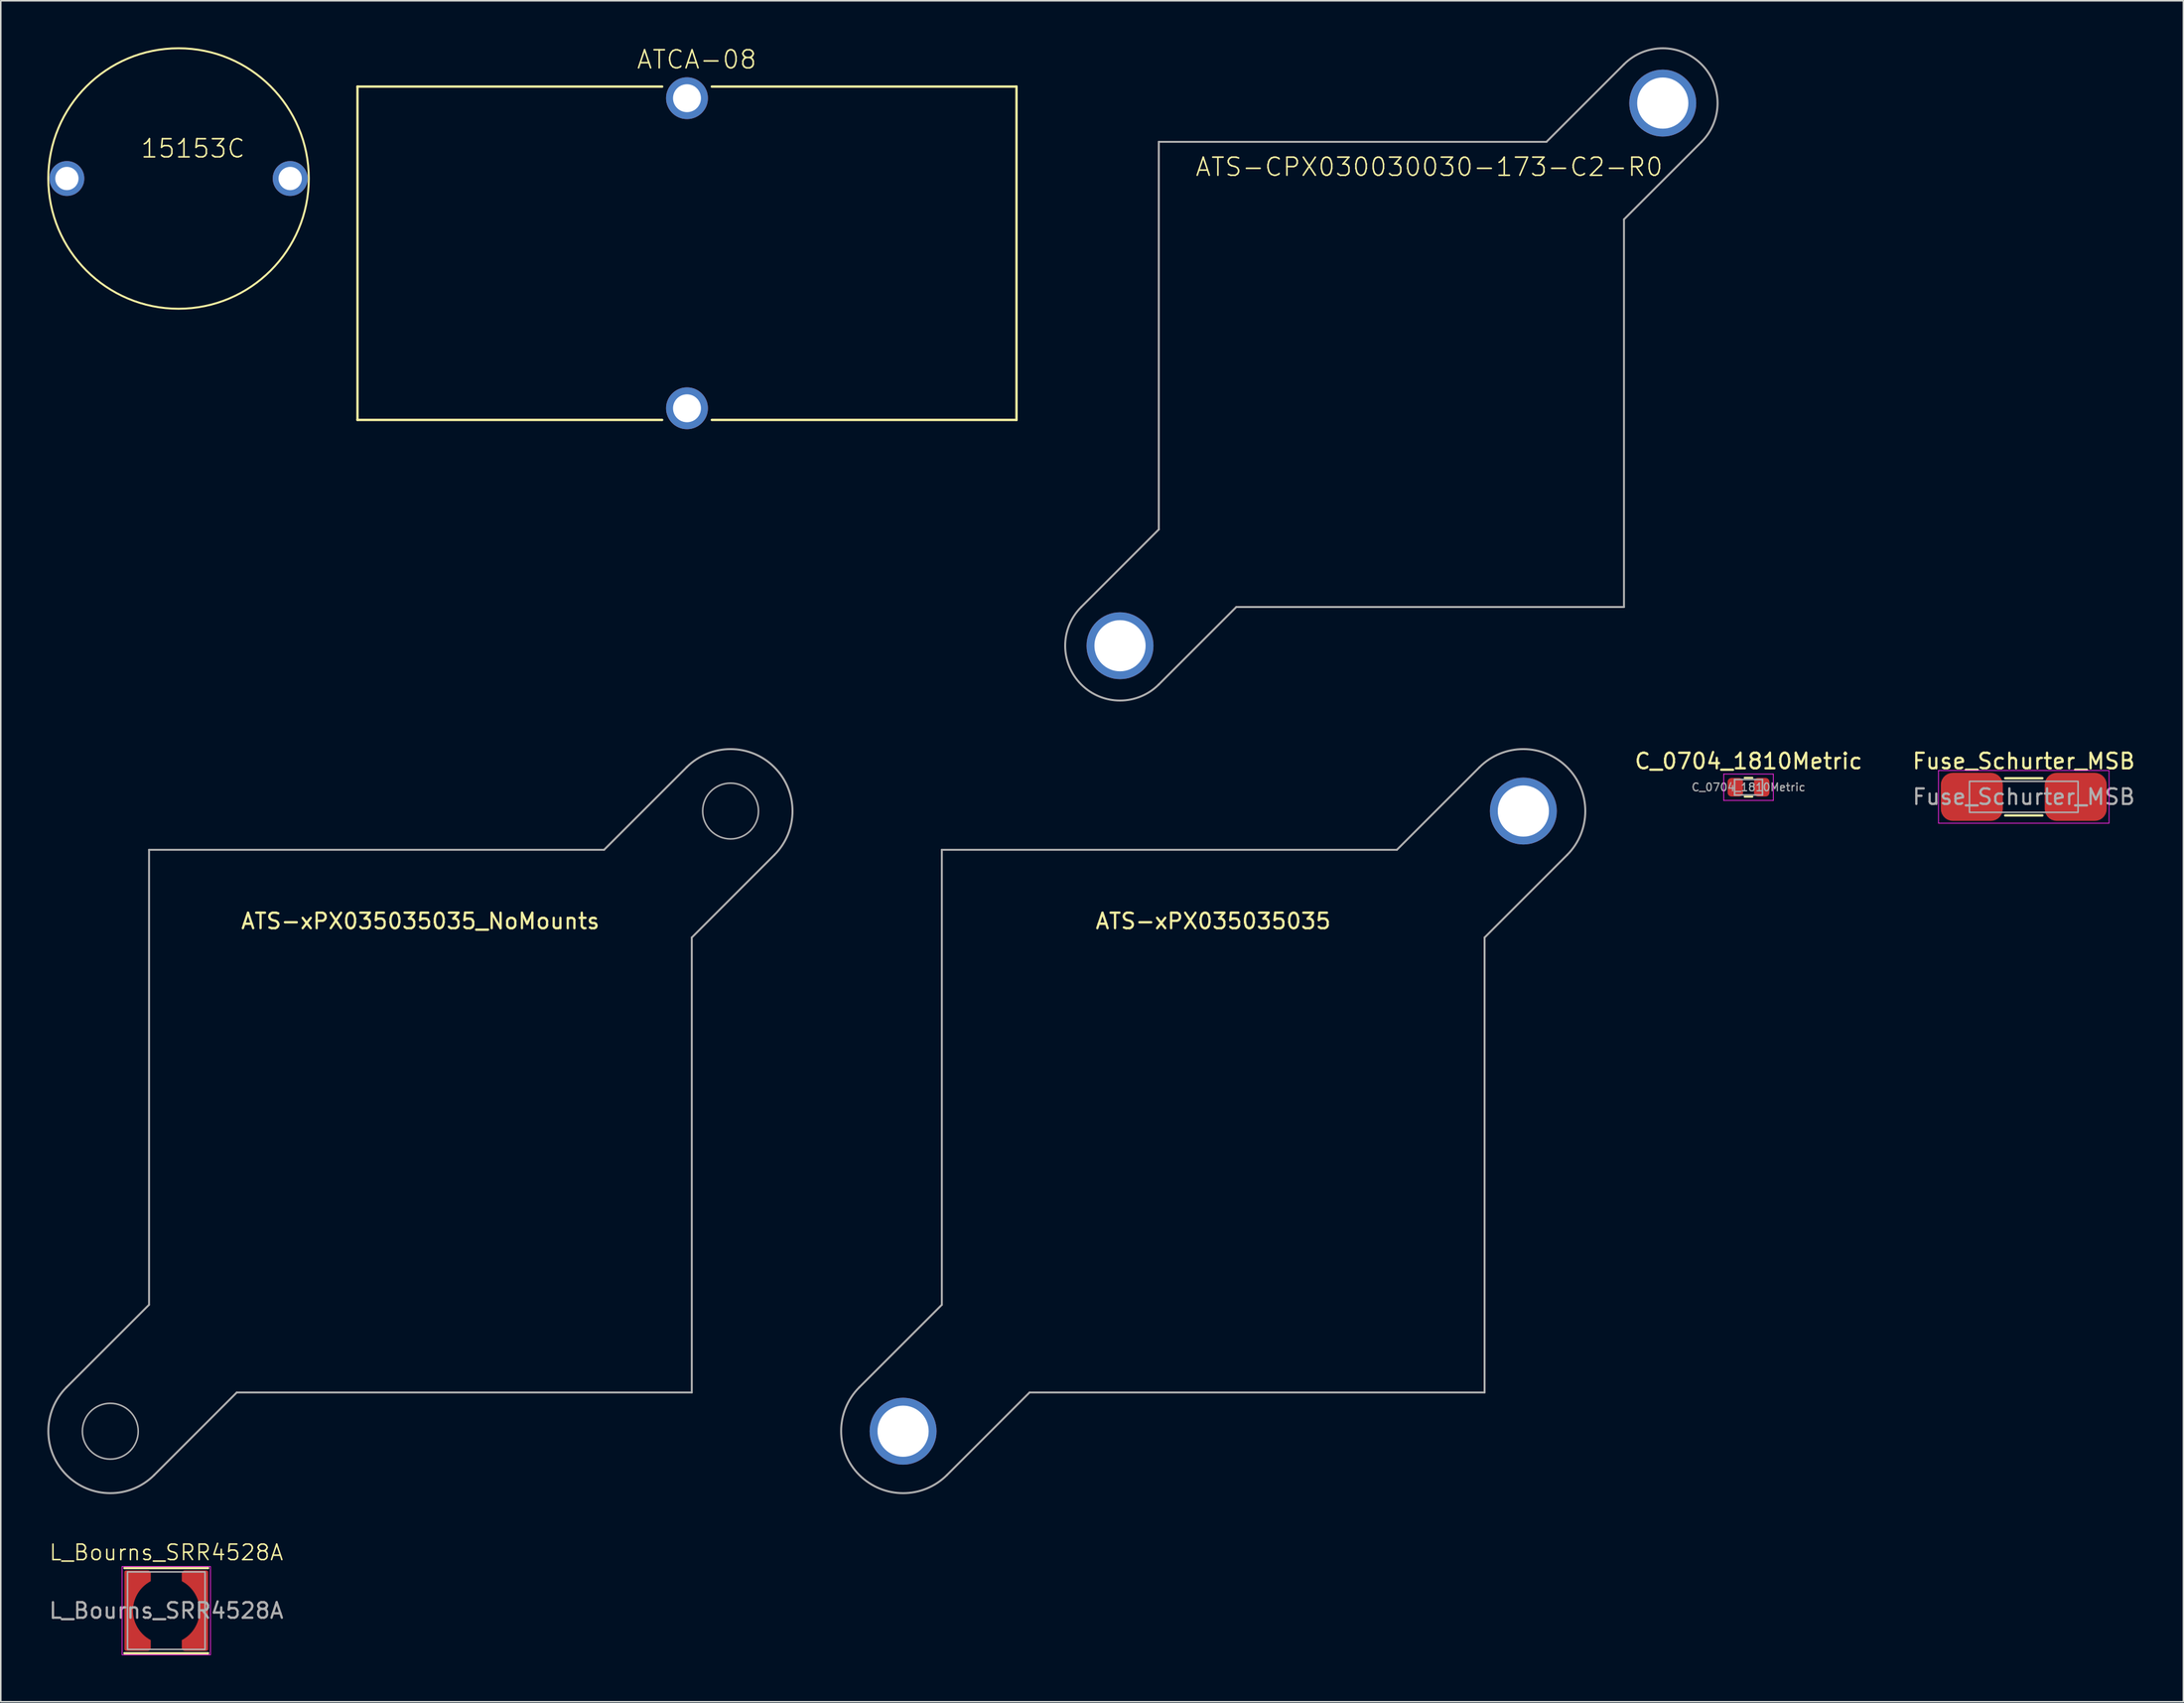
<source format=kicad_pcb>
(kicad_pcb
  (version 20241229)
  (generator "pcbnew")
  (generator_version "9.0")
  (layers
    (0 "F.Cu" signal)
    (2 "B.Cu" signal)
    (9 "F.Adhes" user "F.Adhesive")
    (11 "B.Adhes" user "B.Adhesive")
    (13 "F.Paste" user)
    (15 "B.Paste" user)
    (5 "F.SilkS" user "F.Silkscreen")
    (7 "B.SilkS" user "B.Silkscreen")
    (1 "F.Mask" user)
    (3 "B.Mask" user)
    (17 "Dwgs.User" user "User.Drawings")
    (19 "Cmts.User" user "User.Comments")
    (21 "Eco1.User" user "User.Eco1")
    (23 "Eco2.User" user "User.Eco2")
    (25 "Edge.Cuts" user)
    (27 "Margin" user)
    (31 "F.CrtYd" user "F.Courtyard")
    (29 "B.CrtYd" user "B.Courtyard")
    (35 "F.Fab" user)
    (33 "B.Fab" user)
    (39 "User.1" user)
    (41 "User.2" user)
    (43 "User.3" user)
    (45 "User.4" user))
  (footprint "15153C"
    (layer "F.Cu")
    (at 8.463 8.463)
    (property "Reference" "15153C" (at -2.5 -1.25 0) (layer "F.SilkS") (effects (font (size 1.168 1.168) (thickness 0.102)) (justify left bottom)))
    (fp_circle (center 0 0) (end 8.4 0) (stroke (width 0.127) (type solid)) (fill no) (layer "F.SilkS"))
    (pad "1" thru_hole circle (at -7.2 0) (size 2.25 2.25) (drill 1.5) (layers "*.Cu" "*.Mask"))
    (pad "2" thru_hole circle (at 7.2 0) (size 2.25 2.25) (drill 1.5) (layers "*.Cu" "*.Mask")))
  (footprint "L_Bourns_SRR4528A"
    (layer "F.Cu")
    (at 7.673 100.834)
    (property "Reference" "L_Bourns_SRR4528A" (at 0 -3.75 0) (layer "F.SilkS") (effects (font (size 1 1) (thickness 0.1))))
    (attr smd)
    (fp_line (start -2.7 -2.75) (end 2.7 -2.75) (stroke (width 0.15) (type default)) (layer "F.SilkS"))
    (fp_line (start 2.7 2.75) (end -2.7 2.75) (stroke (width 0.15) (type default)) (layer "F.SilkS"))
    (fp_rect (start -2.85 -2.85) (end 2.85 2.85) (stroke (width 0.05) (type default)) (fill no) (layer "F.CrtYd"))
    (fp_rect (start -2.5 -2.5) (end 2.5 2.5) (stroke (width 0.1) (type default)) (fill no) (layer "F.Fab"))
    (fp_text user "${REFERENCE}" (at 0 0 0) (layer "F.Fab") (effects (font (size 1 1) (thickness 0.15))))
    (pad "1" smd custom (at -2.45 0) (size 0.5 0.5) (layers "F.Cu" "F.Mask" "F.Paste") (options (anchor circle)) (primitives (gr_poly (pts (xy -0.25 -2.475) (xy -0.24 -2.523) (xy -0.213 -2.563) (xy -0.173 -2.59) (xy -0.125 -2.6) (xy 0.125 -2.6) (xy 0.173 -2.59) (xy 0.213 -2.563) (xy 0.24 -2.523) (xy 0.25 -2.475) (xy 0.25 2.475) (xy 0.24 2.523) (xy 0.213 2.563) (xy 0.173 2.59) (xy 0.125 2.6) (xy -0.125 2.6) (xy -0.173 2.59) (xy -0.213 2.563) (xy -0.24 2.523) (xy -0.25 2.475)) (width 0) (fill yes)) (gr_poly (pts (arc (start 1.45 -2.399998) (mid 1.391421 -2.541419) (end 1.25 -2.599998)) (arc (start -0.05 -2.599998) (mid -0.191421 -2.541419) (end -0.25 -2.399998)) (arc (start -0.25 2.400002) (mid -0.191421 2.541423) (end -0.05 2.600002)) (arc (start 1.25 2.600002) (mid 1.391421 2.541423) (end 1.45 2.400002)) (arc (start 1.45 1.900002) (mid 0.302909 0.000002) (end 1.45 -1.899998))) (width 0) (fill yes))))
    (pad "2" smd custom (at 2.45 0 180) (size 0.5 0.5) (layers "F.Cu" "F.Mask" "F.Paste") (options (anchor circle)) (primitives (gr_poly (pts (xy -0.25 -2.475) (xy -0.24 -2.523) (xy -0.213 -2.563) (xy -0.173 -2.59) (xy -0.125 -2.6) (xy 0.125 -2.6) (xy 0.173 -2.59) (xy 0.213 -2.563) (xy 0.24 -2.523) (xy 0.25 -2.475) (xy 0.25 2.475) (xy 0.24 2.523) (xy 0.213 2.563) (xy 0.173 2.59) (xy 0.125 2.6) (xy -0.125 2.6) (xy -0.173 2.59) (xy -0.213 2.563) (xy -0.24 2.523) (xy -0.25 2.475)) (width 0) (fill yes)) (gr_poly (pts (arc (start 1.45 -2.399998) (mid 1.391421 -2.541419) (end 1.25 -2.599998)) (arc (start -0.05 -2.599998) (mid -0.191421 -2.541419) (end -0.25 -2.399998)) (arc (start -0.25 2.400002) (mid -0.191421 2.541423) (end -0.05 2.600002)) (arc (start 1.25 2.600002) (mid 1.391421 2.541423) (end 1.45 2.400002)) (arc (start 1.45 1.900002) (mid 0.302909 0.000002) (end 1.45 -1.899998))) (width 0) (fill yes)))))
  (footprint "ATCA-08"
    (layer "F.Cu")
    (at 41.253 13.284)
    (property "Reference" "ATCA-08" (at -3.302 -11.811 0) (layer "F.SilkS") (effects (font (size 1.168 1.168) (thickness 0.102)) (justify left bottom)))
    (fp_line (start -21.25 -10.75) (end -1.6 -10.75) (stroke (width 0.152) (type solid)) (layer "F.SilkS"))
    (fp_line (start -21.25 10.75) (end -21.25 -10.75) (stroke (width 0.152) (type solid)) (layer "F.SilkS"))
    (fp_line (start -21.25 10.75) (end -1.6 10.75) (stroke (width 0.152) (type solid)) (layer "F.SilkS"))
    (fp_line (start 1.6 -10.75) (end 21.25 -10.75) (stroke (width 0.152) (type solid)) (layer "F.SilkS"))
    (fp_line (start 1.6 10.75) (end 21.25 10.75) (stroke (width 0.152) (type solid)) (layer "F.SilkS"))
    (fp_line (start 21.25 -10.75) (end 21.25 10.75) (stroke (width 0.152) (type solid)) (layer "F.SilkS"))
    (pad "1" thru_hole circle (at 0 -10) (size 2.7 2.7) (drill 1.8) (layers "*.Cu" "*.Mask"))
    (pad "2" thru_hole circle (at 0 10) (size 2.7 2.7) (drill 1.8) (layers "*.Cu" "*.Mask")))
  (footprint "ATS-xPX035035035_NoMounts"
    (layer "F.Cu")
    (at 24.063 69.261)
    (property "Reference" "ATS-xPX035035035_NoMounts" (at 0 -12.9 0) (layer "F.SilkS") (effects (font (size 1 1) (thickness 0.15))))
    (fp_line (start -22.828 17.172) (end -17.5 11.843) (stroke (width 0.127) (type solid)) (layer "F.Fab"))
    (fp_line (start -17.5 -17.5) (end 11.843 -17.5) (stroke (width 0.127) (type solid)) (layer "F.Fab"))
    (fp_line (start -17.5 11.843) (end -17.5 -17.5) (stroke (width 0.127) (type solid)) (layer "F.Fab"))
    (fp_line (start -11.843 17.5) (end -17.172 22.828) (stroke (width 0.127) (type solid)) (layer "F.Fab"))
    (fp_line (start 11.843 -17.5) (end 17.172 -22.828) (stroke (width 0.127) (type solid)) (layer "F.Fab"))
    (fp_line (start 17.5 -11.843) (end 17.5 17.5) (stroke (width 0.127) (type solid)) (layer "F.Fab"))
    (fp_line (start 17.5 17.5) (end -11.843 17.5) (stroke (width 0.127) (type solid)) (layer "F.Fab"))
    (fp_line (start 22.828 -17.172) (end 17.5 -11.843) (stroke (width 0.127) (type solid)) (layer "F.Fab"))
    (fp_arc (start -17.172 22.828) (mid -22.828 22.828) (end -22.828 17.172) (stroke (width 0.127) (type solid)) (layer "F.Fab"))
    (fp_arc (start 17.172 -22.828) (mid 22.828 -22.828) (end 22.828 -17.172) (stroke (width 0.127) (type solid)) (layer "F.Fab"))
    (fp_circle (center -20 20) (end -18.2 20) (stroke (width 0.1) (type default)) (fill no) (layer "F.Fab"))
    (fp_circle (center 20 -20) (end 21.8 -20) (stroke (width 0.1) (type default)) (fill no) (layer "F.Fab")))
  (footprint "C_0704_1810Metric"
    (layer "F.Cu")
    (at 109.71 47.726)
    (property "Reference" "C_0704_1810Metric" (at 0 -1.68 0) (layer "F.SilkS") (effects (font (size 1 1) (thickness 0.15))))
    (attr smd)
    (fp_line (start -0.251 -0.61) (end 0.251 -0.61) (stroke (width 0.12) (type solid)) (layer "F.SilkS"))
    (fp_line (start -0.251 0.61) (end 0.251 0.61) (stroke (width 0.12) (type solid)) (layer "F.SilkS"))
    (fp_line (start -1.6 -0.85) (end 1.6 -0.85) (stroke (width 0.05) (type solid)) (layer "F.CrtYd"))
    (fp_line (start -1.6 0.85) (end -1.6 -0.85) (stroke (width 0.05) (type solid)) (layer "F.CrtYd"))
    (fp_line (start 1.6 -0.85) (end 1.6 0.85) (stroke (width 0.05) (type solid)) (layer "F.CrtYd"))
    (fp_line (start 1.6 0.85) (end -1.6 0.85) (stroke (width 0.05) (type solid)) (layer "F.CrtYd"))
    (fp_line (start -0.9 -0.5) (end 0.9 -0.5) (stroke (width 0.1) (type solid)) (layer "F.Fab"))
    (fp_line (start -0.9 0.5) (end -0.9 -0.5) (stroke (width 0.1) (type solid)) (layer "F.Fab"))
    (fp_line (start 0.9 -0.5) (end 0.9 0.5) (stroke (width 0.1) (type solid)) (layer "F.Fab"))
    (fp_line (start 0.9 0.5) (end -0.9 0.5) (stroke (width 0.1) (type solid)) (layer "F.Fab"))
    (fp_text user "${REFERENCE}" (at 0 0 0) (layer "F.Fab") (effects (font (size 0.5 0.5) (thickness 0.08))))
    (pad "1" smd roundrect (at -0.85 0) (size 1 1.2) (layers "F.Cu" "F.Mask" "F.Paste") (roundrect_rratio 0.25))
    (pad "2" smd roundrect (at 0.85 0) (size 1 1.2) (layers "F.Cu" "F.Mask" "F.Paste") (roundrect_rratio 0.25)))
  (footprint "ATS-CPX030030030-173-C2-R0"
    (layer "F.Cu")
    (at 86.678 21.099)
    (property "Reference" "ATS-CPX030030030-173-C2-R0" (at -12.7 -12.7 0) (layer "F.SilkS") (effects (font (size 1.168 1.168) (thickness 0.102)) (justify left bottom)))
    (fp_line (start -20 15) (end -15 10) (stroke (width 0.127) (type solid)) (layer "F.Fab"))
    (fp_line (start -15 -15) (end 10 -15) (stroke (width 0.127) (type solid)) (layer "F.Fab"))
    (fp_line (start -15 10) (end -15 -15) (stroke (width 0.127) (type solid)) (layer "F.Fab"))
    (fp_line (start -10 15) (end -15 20) (stroke (width 0.127) (type solid)) (layer "F.Fab"))
    (fp_line (start 10 -15) (end 15 -20) (stroke (width 0.127) (type solid)) (layer "F.Fab"))
    (fp_line (start 15 -10) (end 15 15) (stroke (width 0.127) (type solid)) (layer "F.Fab"))
    (fp_line (start 15 15) (end -10 15) (stroke (width 0.127) (type solid)) (layer "F.Fab"))
    (fp_line (start 20 -15) (end 15 -10) (stroke (width 0.127) (type solid)) (layer "F.Fab"))
    (fp_arc (start -15 20) (mid -20 20) (end -20 15) (stroke (width 0.127) (type solid)) (layer "F.Fab"))
    (fp_arc (start 15 -20) (mid 20 -20) (end 20 -15) (stroke (width 0.127) (type solid)) (layer "F.Fab"))
    (pad "H1" thru_hole circle (at 17.5 -17.5) (size 4.316 4.316) (drill 3.3) (layers "*.Cu" "*.Mask"))
    (pad "H2" thru_hole circle (at -17.5 17.5) (size 4.316 4.316) (drill 3.3) (layers "*.Cu" "*.Mask")))
  (footprint "Fuse_Schurter_MSB"
    (layer "F.Cu")
    (at 127.46 48.346)
    (property "Reference" "Fuse_Schurter_MSB" (at 0 -2.3 0) (unlocked yes) (layer "F.SilkS") (effects (font (size 1 1) (thickness 0.15))))
    (attr smd)
    (fp_line (start -1.2 -1.2) (end 1.2 -1.2) (stroke (width 0.15) (type default)) (layer "F.SilkS"))
    (fp_line (start -1.2 1.2) (end 1.2 1.2) (stroke (width 0.15) (type default)) (layer "F.SilkS"))
    (fp_rect (start -5.5 -1.7) (end 5.5 1.7) (stroke (width 0.05) (type default)) (fill no) (layer "F.CrtYd"))
    (fp_rect (start -3.5 -1) (end 3.5 1) (stroke (width 0.1) (type default)) (fill no) (layer "F.Fab"))
    (fp_text user "${REFERENCE}" (at 0 0 0) (unlocked yes) (layer "F.Fab") (effects (font (size 1 1) (thickness 0.15))))
    (pad "1" smd roundrect (at -3.35 0) (size 4 3.1) (layers "F.Cu" "F.Mask" "F.Paste") (roundrect_rratio 0.25))
    (pad "2" smd roundrect (at 3.35 0) (size 4 3.1) (layers "F.Cu" "F.Mask" "F.Paste") (roundrect_rratio 0.25)))
  (footprint "ATS-xPX035035035"
    (layer "F.Cu")
    (at 75.189 69.261)
    (property "Reference" "ATS-xPX035035035" (at 0 -12.9 0) (layer "F.SilkS") (effects (font (size 1 1) (thickness 0.15))))
    (fp_line (start -22.828 17.172) (end -17.5 11.843) (stroke (width 0.127) (type solid)) (layer "F.Fab"))
    (fp_line (start -17.5 -17.5) (end 11.843 -17.5) (stroke (width 0.127) (type solid)) (layer "F.Fab"))
    (fp_line (start -17.5 11.843) (end -17.5 -17.5) (stroke (width 0.127) (type solid)) (layer "F.Fab"))
    (fp_line (start -11.843 17.5) (end -17.172 22.828) (stroke (width 0.127) (type solid)) (layer "F.Fab"))
    (fp_line (start 11.843 -17.5) (end 17.172 -22.828) (stroke (width 0.127) (type solid)) (layer "F.Fab"))
    (fp_line (start 17.5 -11.843) (end 17.5 17.5) (stroke (width 0.127) (type solid)) (layer "F.Fab"))
    (fp_line (start 17.5 17.5) (end -11.843 17.5) (stroke (width 0.127) (type solid)) (layer "F.Fab"))
    (fp_line (start 22.828 -17.172) (end 17.5 -11.843) (stroke (width 0.127) (type solid)) (layer "F.Fab"))
    (fp_arc (start -17.172 22.828) (mid -22.828 22.828) (end -22.828 17.172) (stroke (width 0.127) (type solid)) (layer "F.Fab"))
    (fp_arc (start 17.172 -22.828) (mid 22.828 -22.828) (end 22.828 -17.172) (stroke (width 0.127) (type solid)) (layer "F.Fab"))
    (pad "M" thru_hole circle (at -20 20) (size 4.316 4.316) (drill 3.3) (layers "*.Cu" "*.Mask"))
    (pad "M" thru_hole circle (at 20 -20) (size 4.316 4.316) (drill 3.3) (layers "*.Cu" "*.Mask")))
  (gr_rect
    (start -3 -3)
    (end 137.752 106.709)
    (stroke (width 0.1) (type default))
    (fill no)
    (layer "Edge.Cuts")))
</source>
